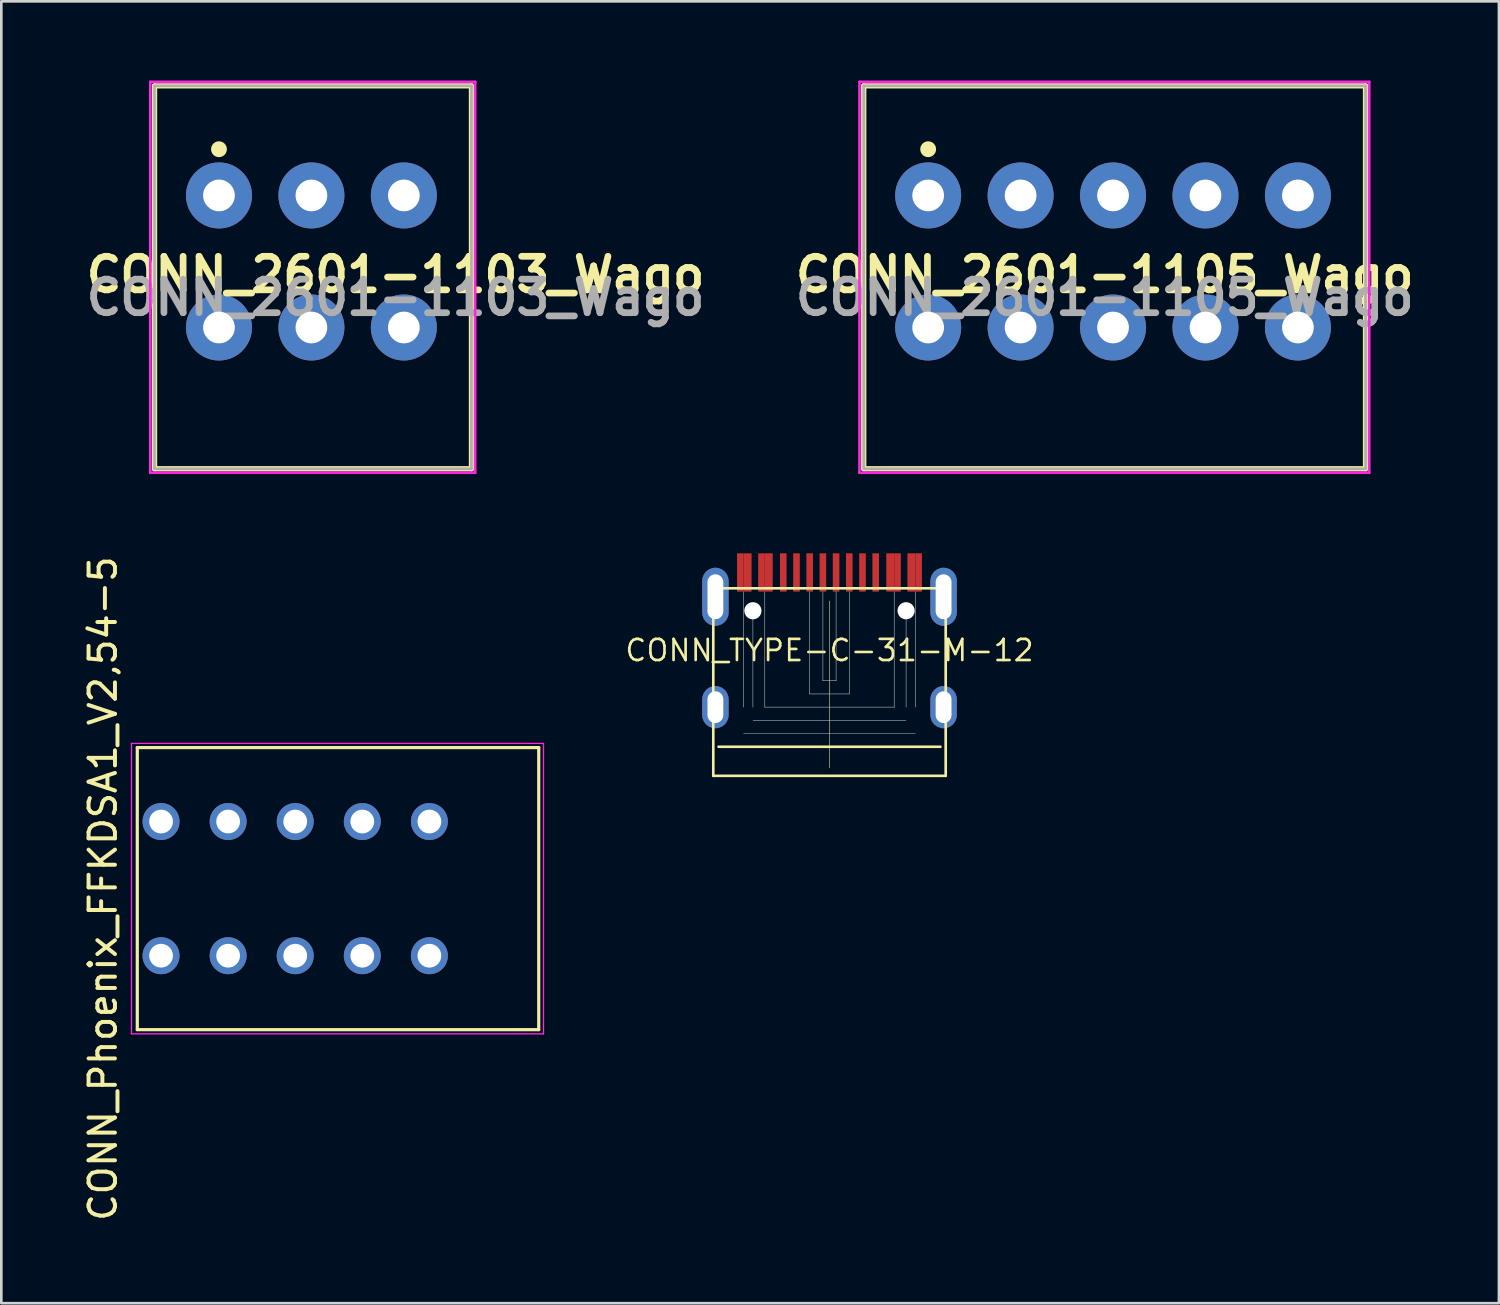
<source format=kicad_pcb>
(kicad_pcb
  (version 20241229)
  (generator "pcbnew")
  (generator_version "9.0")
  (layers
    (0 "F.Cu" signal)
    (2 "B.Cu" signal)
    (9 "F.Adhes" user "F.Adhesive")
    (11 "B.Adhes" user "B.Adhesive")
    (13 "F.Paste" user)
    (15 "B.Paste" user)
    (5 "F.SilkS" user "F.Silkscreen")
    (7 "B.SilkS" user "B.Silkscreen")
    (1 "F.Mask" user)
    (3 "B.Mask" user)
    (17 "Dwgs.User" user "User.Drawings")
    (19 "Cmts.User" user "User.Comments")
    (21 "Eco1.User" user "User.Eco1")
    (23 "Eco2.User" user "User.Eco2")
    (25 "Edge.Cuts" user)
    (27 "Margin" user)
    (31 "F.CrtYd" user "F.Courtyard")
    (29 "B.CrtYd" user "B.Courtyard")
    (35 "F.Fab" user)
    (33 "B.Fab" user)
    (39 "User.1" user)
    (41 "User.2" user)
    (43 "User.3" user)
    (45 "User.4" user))
  (footprint "CONN_2601-1103_Wago"
    (layer "F.Cu")
    (at 5.241 4.35)
    (property "Reference" "CONN_2601-1103_Wago" (at 6.685 3 0) (layer "F.SilkS") (effects (font (size 1.27 1.27) (thickness 0.254))))
    (attr through_hole)
    (fp_line (start -2.44 -4.15) (end 9.56 -4.15) (stroke (width 0.2) (type solid)) (layer "F.SilkS"))
    (fp_line (start -2.44 10.35) (end -2.44 -4.15) (stroke (width 0.2) (type solid)) (layer "F.SilkS"))
    (fp_line (start 9.56 -4.15) (end 9.56 10.35) (stroke (width 0.2) (type solid)) (layer "F.SilkS"))
    (fp_line (start 9.56 10.35) (end -2.44 10.35) (stroke (width 0.2) (type solid)) (layer "F.SilkS"))
    (fp_circle (center 0 -1.75) (end 0.25 -1.75) (stroke (width 0.1) (type solid)) (fill yes) (layer "F.SilkS"))
    (fp_line (start -2.6 -4.3) (end 9.7 -4.3) (stroke (width 0.1) (type solid)) (layer "F.CrtYd"))
    (fp_line (start -2.6 10.5) (end -2.6 -4.3) (stroke (width 0.1) (type solid)) (layer "F.CrtYd"))
    (fp_line (start 9.7 -4.3) (end 9.7 10.5) (stroke (width 0.1) (type solid)) (layer "F.CrtYd"))
    (fp_line (start 9.7 10.5) (end -2.6 10.5) (stroke (width 0.1) (type solid)) (layer "F.CrtYd"))
    (fp_line (start -2.44 -4.15) (end 9.56 -4.15) (stroke (width 0.1) (type solid)) (layer "F.Fab"))
    (fp_line (start -2.44 10.35) (end -2.44 -4.15) (stroke (width 0.1) (type solid)) (layer "F.Fab"))
    (fp_line (start 9.56 -4.15) (end 9.56 10.35) (stroke (width 0.1) (type solid)) (layer "F.Fab"))
    (fp_line (start 9.56 10.35) (end -2.44 10.35) (stroke (width 0.1) (type solid)) (layer "F.Fab"))
    (fp_text user "${REFERENCE}" (at 6.685 3.865 0) (layer "F.Fab") (effects (font (size 1.27 1.27) (thickness 0.254))))
    (pad "1" thru_hole circle (at 0 0) (size 2.5 2.5) (drill 1.2) (layers "*.Cu" "*.Mask"))
    (pad "1" thru_hole circle (at 0 5) (size 2.5 2.5) (drill 1.2) (layers "*.Cu" "*.Mask"))
    (pad "2" thru_hole circle (at 3.5 0) (size 2.5 2.5) (drill 1.2) (layers "*.Cu" "*.Mask"))
    (pad "2" thru_hole circle (at 3.5 5) (size 2.5 2.5) (drill 1.2) (layers "*.Cu" "*.Mask"))
    (pad "3" thru_hole circle (at 7 0) (size 2.5 2.5) (drill 1.2) (layers "*.Cu" "*.Mask"))
    (pad "3" thru_hole circle (at 7 5) (size 2.5 2.5) (drill 1.2) (layers "*.Cu" "*.Mask")))
  (footprint "CONN_2601-1105_Wago"
    (layer "F.Cu")
    (at 32.093 4.35)
    (property "Reference" "CONN_2601-1105_Wago" (at 6.685 3 0) (layer "F.SilkS") (effects (font (size 1.27 1.27) (thickness 0.254))))
    (attr through_hole)
    (fp_line (start -2.44 -4.15) (end 16.56 -4.15) (stroke (width 0.2) (type solid)) (layer "F.SilkS"))
    (fp_line (start -2.44 10.35) (end -2.44 -4.15) (stroke (width 0.2) (type solid)) (layer "F.SilkS"))
    (fp_line (start 16.56 -4.15) (end 16.56 10.35) (stroke (width 0.2) (type solid)) (layer "F.SilkS"))
    (fp_line (start 16.56 10.35) (end -2.44 10.35) (stroke (width 0.2) (type solid)) (layer "F.SilkS"))
    (fp_circle (center 0 -1.75) (end 0.25 -1.75) (stroke (width 0.1) (type solid)) (fill yes) (layer "F.SilkS"))
    (fp_line (start -2.6 -4.3) (end 16.7 -4.3) (stroke (width 0.1) (type solid)) (layer "F.CrtYd"))
    (fp_line (start -2.6 10.5) (end -2.6 -4.3) (stroke (width 0.1) (type solid)) (layer "F.CrtYd"))
    (fp_line (start 16.7 -4.3) (end 16.7 10.5) (stroke (width 0.1) (type solid)) (layer "F.CrtYd"))
    (fp_line (start 16.7 10.5) (end -2.6 10.5) (stroke (width 0.1) (type solid)) (layer "F.CrtYd"))
    (fp_line (start -2.44 -4.15) (end 16.56 -4.15) (stroke (width 0.1) (type solid)) (layer "F.Fab"))
    (fp_line (start -2.44 10.35) (end -2.44 -4.15) (stroke (width 0.1) (type solid)) (layer "F.Fab"))
    (fp_line (start 16.56 -4.15) (end 16.56 10.35) (stroke (width 0.1) (type solid)) (layer "F.Fab"))
    (fp_line (start 16.56 10.35) (end -2.44 10.35) (stroke (width 0.1) (type solid)) (layer "F.Fab"))
    (fp_text user "${REFERENCE}" (at 6.685 3.865 0) (layer "F.Fab") (effects (font (size 1.27 1.27) (thickness 0.254))))
    (pad "1" thru_hole circle (at 0 0) (size 2.5 2.5) (drill 1.2) (layers "*.Cu" "*.Mask"))
    (pad "1" thru_hole circle (at 0 5) (size 2.5 2.5) (drill 1.2) (layers "*.Cu" "*.Mask"))
    (pad "2" thru_hole circle (at 3.5 0) (size 2.5 2.5) (drill 1.2) (layers "*.Cu" "*.Mask"))
    (pad "2" thru_hole circle (at 3.5 5) (size 2.5 2.5) (drill 1.2) (layers "*.Cu" "*.Mask"))
    (pad "3" thru_hole circle (at 7 0) (size 2.5 2.5) (drill 1.2) (layers "*.Cu" "*.Mask"))
    (pad "3" thru_hole circle (at 7 5) (size 2.5 2.5) (drill 1.2) (layers "*.Cu" "*.Mask"))
    (pad "4" thru_hole circle (at 10.5 0) (size 2.5 2.5) (drill 1.2) (layers "*.Cu" "*.Mask"))
    (pad "4" thru_hole circle (at 10.5 5) (size 2.5 2.5) (drill 1.2) (layers "*.Cu" "*.Mask"))
    (pad "5" thru_hole circle (at 14 0) (size 2.5 2.5) (drill 1.2) (layers "*.Cu" "*.Mask"))
    (pad "5" thru_hole circle (at 14 5) (size 2.5 2.5) (drill 1.2) (layers "*.Cu" "*.Mask")))
  (footprint "CONN_Phoenix_FFKDSA1_V2,54-5"
    (layer "F.Cu")
    (at 8.128 30.596)
    (property "Reference" "CONN_Phoenix_FFKDSA1_V2,54-5" (at -7.28 0 90) (layer "F.SilkS") (effects (font (size 1 1) (thickness 0.15))))
    (attr through_hole)
    (fp_line (start -5.98 -5.34) (end -5.98 5.34) (stroke (width 0.12) (type default)) (layer "F.SilkS"))
    (fp_line (start -5.98 5.34) (end 9.22 5.34) (stroke (width 0.12) (type default)) (layer "F.SilkS"))
    (fp_line (start 9.22 -5.34) (end -5.98 -5.34) (stroke (width 0.12) (type default)) (layer "F.SilkS"))
    (fp_line (start 9.22 5.34) (end 9.22 -5.34) (stroke (width 0.12) (type default)) (layer "F.SilkS"))
    (fp_line (start -6.2 -5.5) (end 9.4 -5.5) (stroke (width 0.05) (type default)) (layer "F.CrtYd"))
    (fp_line (start -6.2 5.5) (end -6.2 -5.5) (stroke (width 0.05) (type default)) (layer "F.CrtYd"))
    (fp_line (start 9.4 -5.5) (end 9.4 5.5) (stroke (width 0.05) (type default)) (layer "F.CrtYd"))
    (fp_line (start 9.4 5.5) (end -6.2 5.5) (stroke (width 0.05) (type default)) (layer "F.CrtYd"))
    (pad "1" thru_hole circle (at -5.08 -2.54) (size 1.4 1.4) (drill 0.9) (layers "*.Cu" "*.Mask"))
    (pad "1" thru_hole circle (at -5.08 2.54) (size 1.4 1.4) (drill 0.9) (layers "*.Cu" "*.Mask"))
    (pad "2" thru_hole circle (at -2.54 -2.54) (size 1.4 1.4) (drill 0.9) (layers "*.Cu" "*.Mask"))
    (pad "2" thru_hole circle (at -2.54 2.54) (size 1.4 1.4) (drill 0.9) (layers "*.Cu" "*.Mask"))
    (pad "3" thru_hole circle (at 0 -2.54) (size 1.4 1.4) (drill 0.9) (layers "*.Cu" "*.Mask"))
    (pad "3" thru_hole circle (at 0 2.54) (size 1.4 1.4) (drill 0.9) (layers "*.Cu" "*.Mask"))
    (pad "4" thru_hole circle (at 2.54 -2.54) (size 1.4 1.4) (drill 0.9) (layers "*.Cu" "*.Mask"))
    (pad "4" thru_hole circle (at 2.54 2.54) (size 1.4 1.4) (drill 0.9) (layers "*.Cu" "*.Mask"))
    (pad "5" thru_hole circle (at 5.08 -2.54) (size 1.4 1.4) (drill 0.9) (layers "*.Cu" "*.Mask"))
    (pad "5" thru_hole circle (at 5.08 2.54) (size 1.4 1.4) (drill 0.9) (layers "*.Cu" "*.Mask")))
  (footprint "CONN_TYPE-C-31-M-12"
    (layer "F.Cu")
    (at 28.357 23.725)
    (property "Reference" "CONN_TYPE-C-31-M-12" (at 0 -2.15 180) (layer "F.SilkS") (effects (font (size 0.8 0.8) (thickness 0.1))))
    (attr smd)
    (fp_line (start -4.4 -4.5) (end -4.4 2.6) (stroke (width 0.1) (type solid)) (layer "F.SilkS"))
    (fp_line (start -4.4 -4.5) (end 4.4 -4.5) (stroke (width 0.1) (type solid)) (layer "F.SilkS"))
    (fp_line (start 0 -4.02) (end 0 2.3) (stroke (width 0.02) (type solid)) (layer "F.SilkS"))
    (fp_line (start 4.2 1.5) (end -4.2 1.5) (stroke (width 0.1) (type solid)) (layer "F.SilkS"))
    (fp_line (start 4.4 -4.5) (end 4.4 2.6) (stroke (width 0.1) (type solid)) (layer "F.SilkS"))
    (fp_line (start 4.4 2.6) (end -4.4 2.6) (stroke (width 0.1) (type solid)) (layer "F.SilkS"))
    (fp_line (start -3.25 -4.37) (end -3.25 0) (stroke (width 0.02) (type solid)) (layer "Dwgs.User"))
    (fp_line (start -3.25 1) (end 3.25 1) (stroke (width 0.02) (type solid)) (layer "Dwgs.User"))
    (fp_line (start -2.9 -3.65) (end -2.9 0) (stroke (width 0.02) (type solid)) (layer "Dwgs.User"))
    (fp_line (start -2.89 0.5) (end 2.89 0.5) (stroke (width 0.02) (type solid)) (layer "Dwgs.User"))
    (fp_line (start -2.45 -4.37) (end -2.45 0) (stroke (width 0.02) (type solid)) (layer "Dwgs.User"))
    (fp_line (start -2.45 0) (end 2.45 0) (stroke (width 0.02) (type solid)) (layer "Dwgs.User"))
    (fp_line (start -0.75 -4.37) (end -0.75 -0.5) (stroke (width 0.02) (type solid)) (layer "Dwgs.User"))
    (fp_line (start -0.75 -0.5) (end 0.75 -0.5) (stroke (width 0.02) (type solid)) (layer "Dwgs.User"))
    (fp_line (start -0.25 -4.37) (end -0.25 -1) (stroke (width 0.02) (type solid)) (layer "Dwgs.User"))
    (fp_line (start -0.25 -1) (end 0.25 -1) (stroke (width 0.02) (type solid)) (layer "Dwgs.User"))
    (fp_line (start 0.25 -4.37) (end 0.25 -1) (stroke (width 0.02) (type solid)) (layer "Dwgs.User"))
    (fp_line (start 0.75 -4.37) (end 0.75 -0.5) (stroke (width 0.02) (type solid)) (layer "Dwgs.User"))
    (fp_line (start 2.45 -4.37) (end 2.45 0) (stroke (width 0.02) (type solid)) (layer "Dwgs.User"))
    (fp_line (start 2.9 -3.65) (end 2.9 0) (stroke (width 0.02) (type solid)) (layer "Dwgs.User"))
    (fp_line (start 3.25 -4.37) (end 3.25 0) (stroke (width 0.02) (type solid)) (layer "Dwgs.User"))
    (pad "" np_thru_hole circle (at -2.9 -3.65) (size 0.65 0.65) (drill 0.65) (layers "*.Cu" "*.Mask"))
    (pad "" np_thru_hole circle (at 2.9 -3.65) (size 0.65 0.65) (drill 0.65) (layers "*.Cu" "*.Mask"))
    (pad "A1" smd rect (at -3.375 -5.1) (size 0.25 1.45) (layers "F.Cu" "F.Mask" "F.Paste"))
    (pad "A4" smd rect (at -2.575 -5.1) (size 0.25 1.45) (layers "F.Cu" "F.Mask" "F.Paste"))
    (pad "A5" smd rect (at -1.25 -5.1) (size 0.25 1.45) (layers "F.Cu" "F.Mask" "F.Paste"))
    (pad "A6" smd rect (at -0.25 -5.1) (size 0.25 1.45) (layers "F.Cu" "F.Mask" "F.Paste"))
    (pad "A7" smd rect (at 0.25 -5.1) (size 0.25 1.45) (layers "F.Cu" "F.Mask" "F.Paste"))
    (pad "A8" smd rect (at 1.25 -5.1) (size 0.25 1.45) (layers "F.Cu" "F.Mask" "F.Paste"))
    (pad "A9" smd rect (at 2.575 -5.1) (size 0.25 1.45) (layers "F.Cu" "F.Mask" "F.Paste"))
    (pad "A12" smd rect (at 3.375 -5.1) (size 0.25 1.45) (layers "F.Cu" "F.Mask" "F.Paste"))
    (pad "B1" smd rect (at 3.1 -5.1) (size 0.3 1.45) (layers "F.Cu" "F.Mask" "F.Paste"))
    (pad "B4" smd rect (at 2.3 -5.1) (size 0.3 1.45) (layers "F.Cu" "F.Mask" "F.Paste"))
    (pad "B5" smd rect (at 1.75 -5.1) (size 0.25 1.45) (layers "F.Cu" "F.Mask" "F.Paste"))
    (pad "B6" smd rect (at 0.75 -5.1) (size 0.25 1.45) (layers "F.Cu" "F.Mask" "F.Paste"))
    (pad "B7" smd rect (at -0.75 -5.1) (size 0.25 1.45) (layers "F.Cu" "F.Mask" "F.Paste"))
    (pad "B8" smd rect (at -1.75 -5.1) (size 0.25 1.45) (layers "F.Cu" "F.Mask" "F.Paste"))
    (pad "B9" smd rect (at -2.3 -5.1) (size 0.3 1.45) (layers "F.Cu" "F.Mask" "F.Paste"))
    (pad "B12" smd rect (at -3.1 -5.1) (size 0.3 1.45) (layers "F.Cu" "F.Mask" "F.Paste"))
    (pad "S1" thru_hole roundrect (at -4.32 -4.18) (size 1 2.2) (drill oval 0.6 1.7) (layers "*.Cu" "*.Mask") (roundrect_rratio 0.5))
    (pad "S1" thru_hole roundrect (at -4.32 0) (size 1 1.6) (drill oval 0.6 1.2) (layers "*.Cu" "*.Mask") (roundrect_rratio 0.5))
    (pad "S1" thru_hole roundrect (at 4.32 -4.18) (size 1 2.2) (drill oval 0.6 1.7) (layers "*.Cu" "*.Mask") (roundrect_rratio 0.5))
    (pad "S1" thru_hole roundrect (at 4.32 0) (size 1 1.6) (drill oval 0.6 1.2) (layers "*.Cu" "*.Mask") (roundrect_rratio 0.5)))
  (gr_rect
    (start -3 -3)
    (end 53.704 46.293)
    (stroke (width 0.1) (type default))
    (fill no)
    (layer "Edge.Cuts")))
</source>
